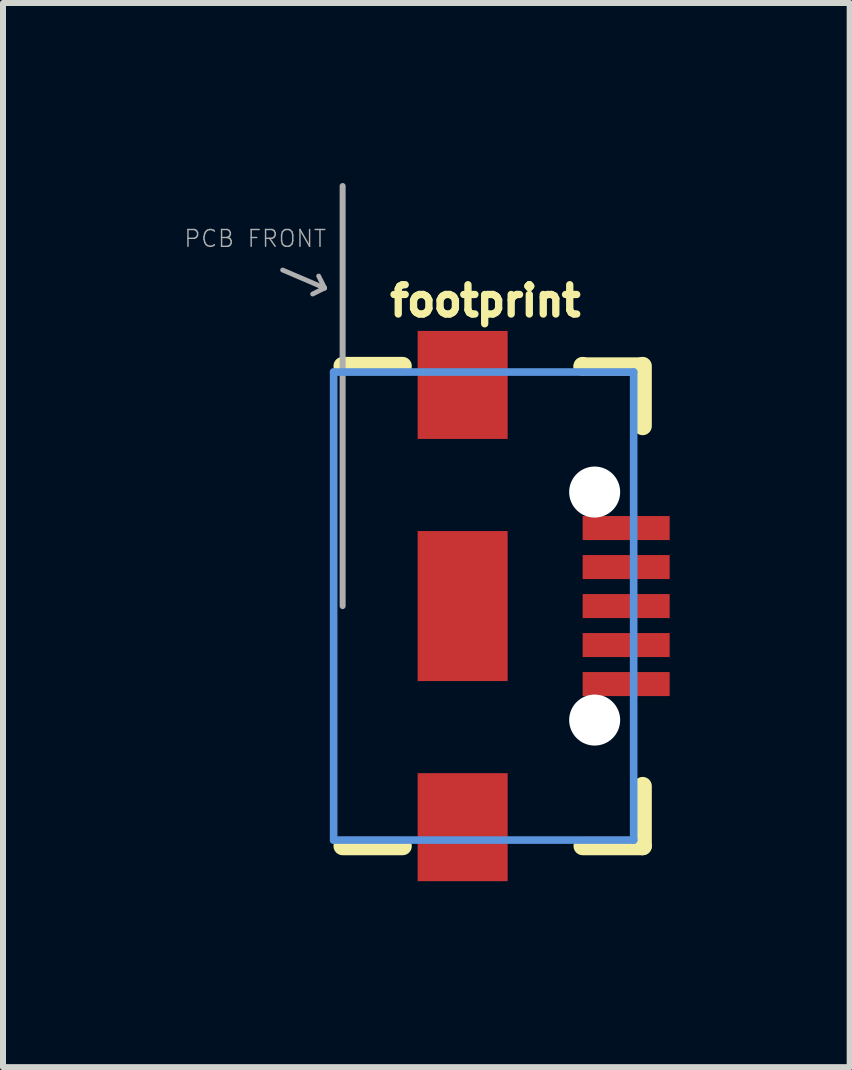
<source format=kicad_pcb>
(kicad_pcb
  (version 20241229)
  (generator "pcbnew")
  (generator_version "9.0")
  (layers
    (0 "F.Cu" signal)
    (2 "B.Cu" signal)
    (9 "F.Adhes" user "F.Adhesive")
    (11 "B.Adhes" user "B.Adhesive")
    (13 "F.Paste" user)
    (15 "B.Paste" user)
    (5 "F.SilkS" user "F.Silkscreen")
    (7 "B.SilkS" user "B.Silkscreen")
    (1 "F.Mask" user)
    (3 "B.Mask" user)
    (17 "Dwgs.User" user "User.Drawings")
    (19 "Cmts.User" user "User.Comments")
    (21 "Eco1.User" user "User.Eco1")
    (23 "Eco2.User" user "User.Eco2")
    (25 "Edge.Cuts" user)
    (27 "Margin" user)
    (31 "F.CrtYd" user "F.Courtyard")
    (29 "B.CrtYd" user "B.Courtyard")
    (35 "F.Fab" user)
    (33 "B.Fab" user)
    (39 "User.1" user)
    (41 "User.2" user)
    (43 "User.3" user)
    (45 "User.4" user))
  (footprint "footprint"
    (layer "F.Cu")
    (at 4.66 7.05)
    (property "Reference" "footprint" (at -1.27 -4.801 0) (layer "F.SilkS") (effects (font (size 0.488 0.488) (thickness 0.122)) (justify left bottom)))
    (fp_poly (pts (xy -0.85 -2.684) (xy 0.85 -2.684) (xy 0.85 -4.684) (xy -0.85 -4.684)) (stroke (width 0) (type solid)) (fill yes) (layer "F.Mask"))
    (fp_poly (pts (xy -0.85 1.35) (xy 0.85 1.35) (xy 0.85 -1.35) (xy -0.85 -1.35)) (stroke (width 0) (type solid)) (fill yes) (layer "F.Mask"))
    (fp_poly (pts (xy -0.85 4.684) (xy 0.85 4.684) (xy 0.85 2.684) (xy -0.85 2.684)) (stroke (width 0) (type solid)) (fill yes) (layer "F.Mask"))
    (fp_line (start -1 -4) (end -2 -4) (stroke (width 0.305) (type solid)) (layer "F.SilkS"))
    (fp_line (start -1 4) (end -2 4) (stroke (width 0.305) (type solid)) (layer "F.SilkS"))
    (fp_line (start 2 -3.993) (end 2 -4) (stroke (width 0.305) (type solid)) (layer "F.SilkS"))
    (fp_line (start 2 4) (end 3 4) (stroke (width 0.305) (type solid)) (layer "F.SilkS"))
    (fp_line (start 2.982 -3.993) (end 2 -3.993) (stroke (width 0.305) (type solid)) (layer "F.SilkS"))
    (fp_line (start 3 -4) (end 3 -3) (stroke (width 0.305) (type solid)) (layer "F.SilkS"))
    (fp_line (start 3 4) (end 3 3) (stroke (width 0.305) (type solid)) (layer "F.SilkS"))
    (fp_poly (pts (xy -0.75 -2.784) (xy 0.75 -2.784) (xy 0.75 -4.584) (xy -0.75 -4.584)) (stroke (width 0) (type solid)) (fill yes) (layer "F.Paste"))
    (fp_poly (pts (xy -0.75 4.584) (xy 0.75 4.584) (xy 0.75 2.784) (xy -0.75 2.784)) (stroke (width 0) (type solid)) (fill yes) (layer "F.Paste"))
    (fp_poly (pts (xy -0.35 0.75) (xy 0.35 0.75) (xy 0.35 -0.75) (xy -0.35 -0.75)) (stroke (width 0) (type solid)) (fill yes) (layer "F.Paste"))
    (fp_poly (pts (xy 2.1 -0.5) (xy 3.35 -0.5) (xy 3.35 -0.8) (xy 2.1 -0.8)) (stroke (width 0) (type solid)) (fill yes) (layer "F.Paste"))
    (fp_poly (pts (xy 2.1 0.15) (xy 3.35 0.15) (xy 3.35 -0.15) (xy 2.1 -0.15)) (stroke (width 0) (type solid)) (fill yes) (layer "F.Paste"))
    (fp_poly (pts (xy 2.1 0.8) (xy 3.35 0.8) (xy 3.35 0.5) (xy 2.1 0.5)) (stroke (width 0) (type solid)) (fill yes) (layer "F.Paste"))
    (fp_line (start -2.15 -3.9) (end -2.15 3.9) (stroke (width 0.127) (type solid)) (layer "Cmts.User"))
    (fp_line (start 2.85 -3.9) (end -2.15 -3.9) (stroke (width 0.127) (type solid)) (layer "Cmts.User"))
    (fp_line (start 2.85 -3.9) (end 2.85 3.9) (stroke (width 0.127) (type solid)) (layer "Cmts.User"))
    (fp_line (start 2.85 3.9) (end -2.15 3.9) (stroke (width 0.127) (type solid)) (layer "Cmts.User"))
    (fp_line (start -3 -5.6) (end -2.3 -5.3) (stroke (width 0.08) (type solid)) (layer "F.Fab"))
    (fp_line (start -2.3 -5.3) (end -2.5 -5.2) (stroke (width 0.08) (type solid)) (layer "F.Fab"))
    (fp_line (start -2.3 -5.3) (end -2.4 -5.5) (stroke (width 0.08) (type solid)) (layer "F.Fab"))
    (fp_line (start -2 -7) (end -2 0) (stroke (width 0.1) (type solid)) (layer "F.Fab"))
    (fp_text user "PCB FRONT" (at -4.66 -5.96 0) (layer "F.Fab") (effects (font (size 0.28 0.28) (thickness 0.024)) (justify left bottom)))
    (pad "" np_thru_hole circle (at 2.2 -1.9) (size 0.85 0.85) (drill 0.85) (layers "*.Cu" "*.Mask"))
    (pad "" np_thru_hole circle (at 2.2 1.9) (size 0.85 0.85) (drill 0.85) (layers "*.Cu" "*.Mask"))
    (pad "D+" smd rect (at 2.725 0 90) (size 0.4 1.45) (layers "F.Cu" "F.Mask"))
    (pad "D-" smd rect (at 2.725 -0.65 90) (size 0.4 1.45) (layers "F.Cu" "F.Mask"))
    (pad "GND" smd rect (at 2.725 1.3 90) (size 0.4 1.45) (layers "F.Cu" "F.Mask" "F.Paste"))
    (pad "ID" smd rect (at 2.725 0.65 90) (size 0.4 1.45) (layers "F.Cu" "F.Mask"))
    (pad "SHIELD1" smd rect (at 0 -3.685 90) (size 1.8 1.5) (layers "F.Cu"))
    (pad "SHIELD2" smd rect (at 0 3.685 90) (size 1.8 1.5) (layers "F.Cu"))
    (pad "SHIELD3" smd rect (at 0 0 90) (size 2.5 1.5) (layers "F.Cu"))
    (pad "VBUS" smd rect (at 2.725 -1.3 90) (size 0.4 1.45) (layers "F.Cu" "F.Mask" "F.Paste")))
  (gr_rect
    (start -3 -3)
    (end 11.11 14.734)
    (stroke (width 0.1) (type default))
    (fill no)
    (layer "Edge.Cuts")))
</source>
